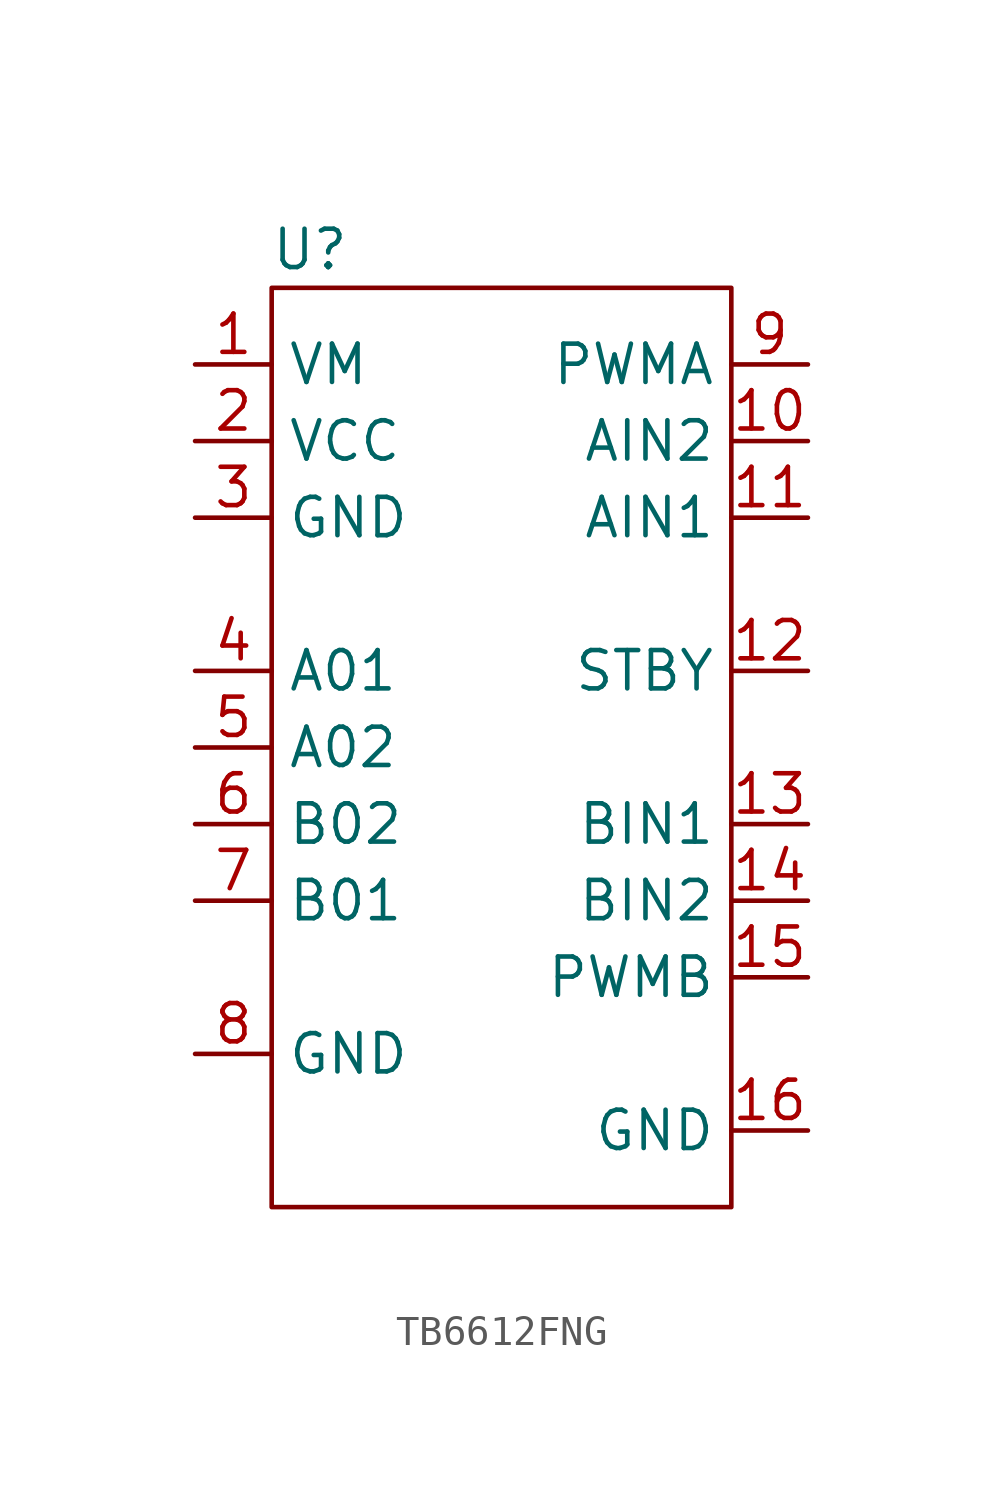
<source format=kicad_sym>
(kicad_symbol_lib
  (version 20220914)
  (generator kicad_symbol_editor)
  (symbol "TB6612FNG"
    (property "Reference" "U"
      (at -6.35 16.51 0)
      (effects (font (size 1.27 1.27))))
    (property "Value" ""
      (at 2.54 8.89 0)
      (effects (font (size 1.27 1.27))))
    (symbol "TB6612FNG_0_1"
      (rectangle (start -7.62 15.24) (end 7.62 -15.24) (stroke (width 0) (type default)) (fill (type none))))
    (symbol "TB6612FNG_1_1"
      (pin input line (at -10.16 12.7 0) (length 2.54) (name "VM" (effects (font (size 1.27 1.27)))) (number "1" (effects (font (size 1.27 1.27)))))
      (pin input line (at 10.16 10.16 180) (length 2.54) (name "AIN2" (effects (font (size 1.27 1.27)))) (number "10" (effects (font (size 1.27 1.27)))))
      (pin input line (at 10.16 7.62 180) (length 2.54) (name "AIN1" (effects (font (size 1.27 1.27)))) (number "11" (effects (font (size 1.27 1.27)))))
      (pin input line (at 10.16 2.54 180) (length 2.54) (name "STBY" (effects (font (size 1.27 1.27)))) (number "12" (effects (font (size 1.27 1.27)))))
      (pin input line (at 10.16 -2.54 180) (length 2.54) (name "BIN1" (effects (font (size 1.27 1.27)))) (number "13" (effects (font (size 1.27 1.27)))))
      (pin input line (at 10.16 -5.08 180) (length 2.54) (name "BIN2" (effects (font (size 1.27 1.27)))) (number "14" (effects (font (size 1.27 1.27)))))
      (pin input line (at 10.16 -7.62 180) (length 2.54) (name "PWMB" (effects (font (size 1.27 1.27)))) (number "15" (effects (font (size 1.27 1.27)))))
      (pin input line (at 10.16 -12.7 180) (length 2.54) (name "GND" (effects (font (size 1.27 1.27)))) (number "16" (effects (font (size 1.27 1.27)))))
      (pin input line (at -10.16 10.16 0) (length 2.54) (name "VCC" (effects (font (size 1.27 1.27)))) (number "2" (effects (font (size 1.27 1.27)))))
      (pin input line (at -10.16 7.62 0) (length 2.54) (name "GND" (effects (font (size 1.27 1.27)))) (number "3" (effects (font (size 1.27 1.27)))))
      (pin input line (at -10.16 2.54 0) (length 2.54) (name "A01" (effects (font (size 1.27 1.27)))) (number "4" (effects (font (size 1.27 1.27)))))
      (pin input line (at -10.16 0 0) (length 2.54) (name "A02" (effects (font (size 1.27 1.27)))) (number "5" (effects (font (size 1.27 1.27)))))
      (pin input line (at -10.16 -2.54 0) (length 2.54) (name "B02" (effects (font (size 1.27 1.27)))) (number "6" (effects (font (size 1.27 1.27)))))
      (pin input line (at -10.16 -5.08 0) (length 2.54) (name "B01" (effects (font (size 1.27 1.27)))) (number "7" (effects (font (size 1.27 1.27)))))
      (pin input line (at -10.16 -10.16 0) (length 2.54) (name "GND" (effects (font (size 1.27 1.27)))) (number "8" (effects (font (size 1.27 1.27)))))
      (pin input line (at 10.16 12.7 180) (length 2.54) (name "PWMA" (effects (font (size 1.27 1.27)))) (number "9" (effects (font (size 1.27 1.27))))))))
</source>
